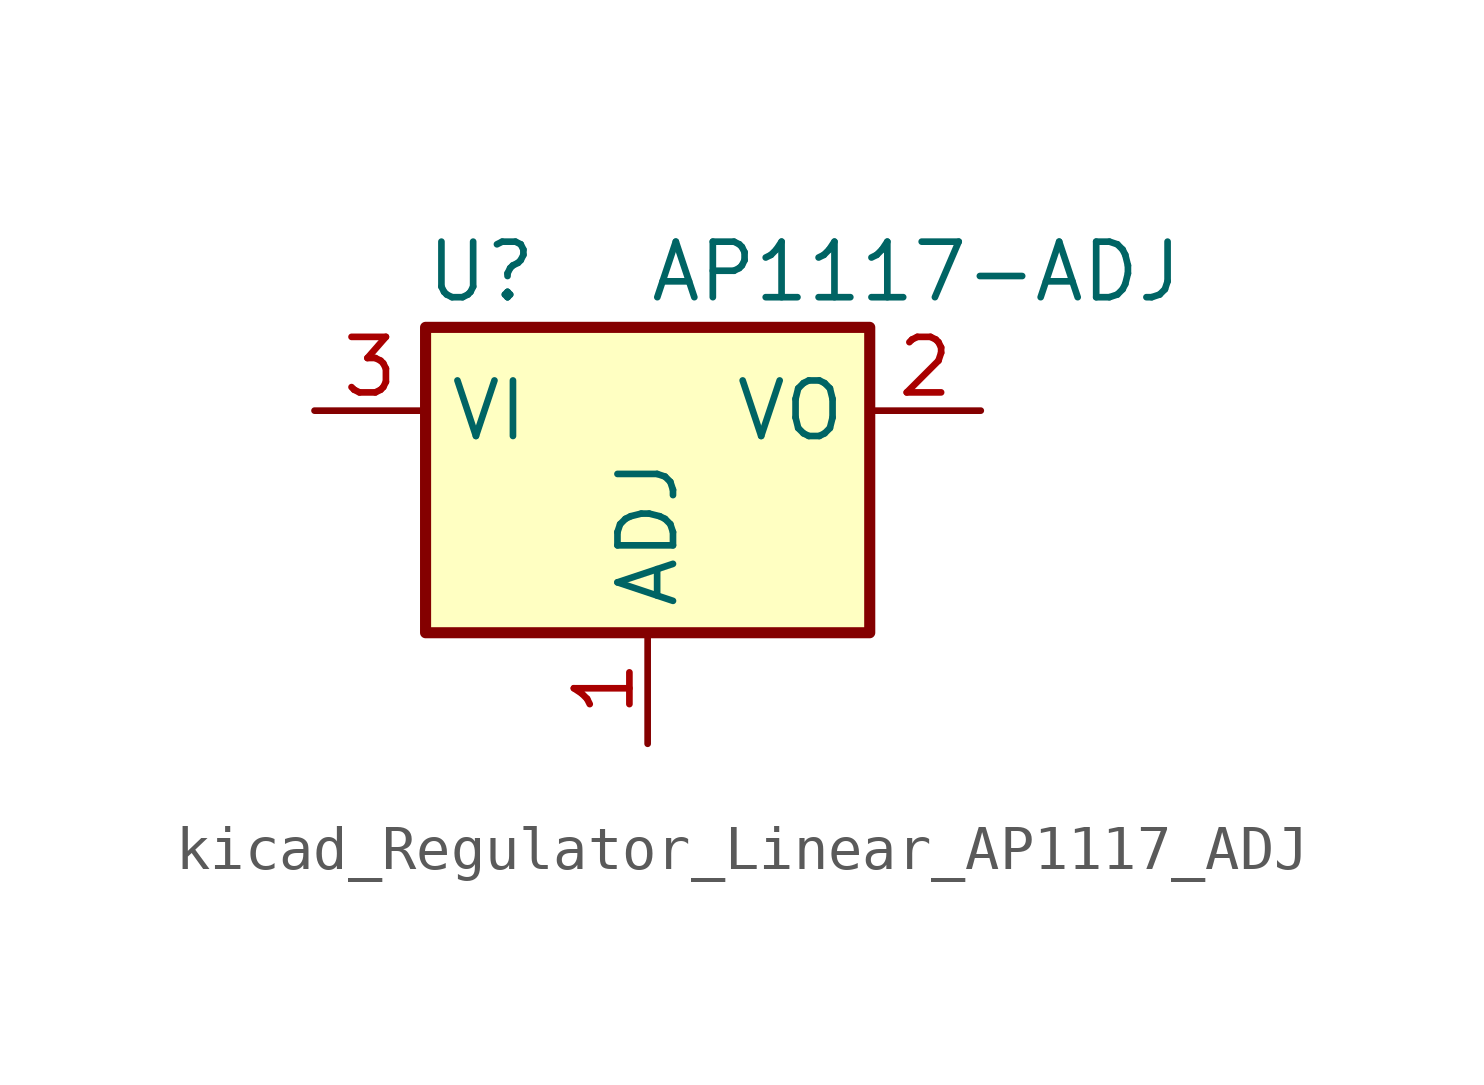
<source format=kicad_sym>
(kicad_symbol_lib
  (version 20220914)
  (generator kicad_symbol_editor)
  (symbol "kicad_Regulator_Linear_AP1117_ADJ"
    (property "Reference" "U"
      (at -3.81 3.175 0)
      (effects (font (size 1.27 1.27))))
    (property "Value" "AP1117-ADJ"
      (at 0 3.175 0)
      (effects (font (size 1.27 1.27)) (justify left)))
    (symbol "kicad_Regulator_Linear_AP1117_ADJ_0_1"
      (rectangle (start -5.08 -5.08) (end 5.08 1.905) (stroke (width 0.254) (type default)) (fill (type background))))
    (symbol "kicad_Regulator_Linear_AP1117_ADJ_1_1"
      (pin input line (at 0 -7.62 90) (length 2.54) (name "ADJ" (effects (font (size 1.27 1.27)))) (number "1" (effects (font (size 1.27 1.27)))))
      (pin power_out line (at 7.62 0 180) (length 2.54) (name "VO" (effects (font (size 1.27 1.27)))) (number "2" (effects (font (size 1.27 1.27)))))
      (pin power_in line (at -7.62 0 0) (length 2.54) (name "VI" (effects (font (size 1.27 1.27)))) (number "3" (effects (font (size 1.27 1.27))))))))
</source>
